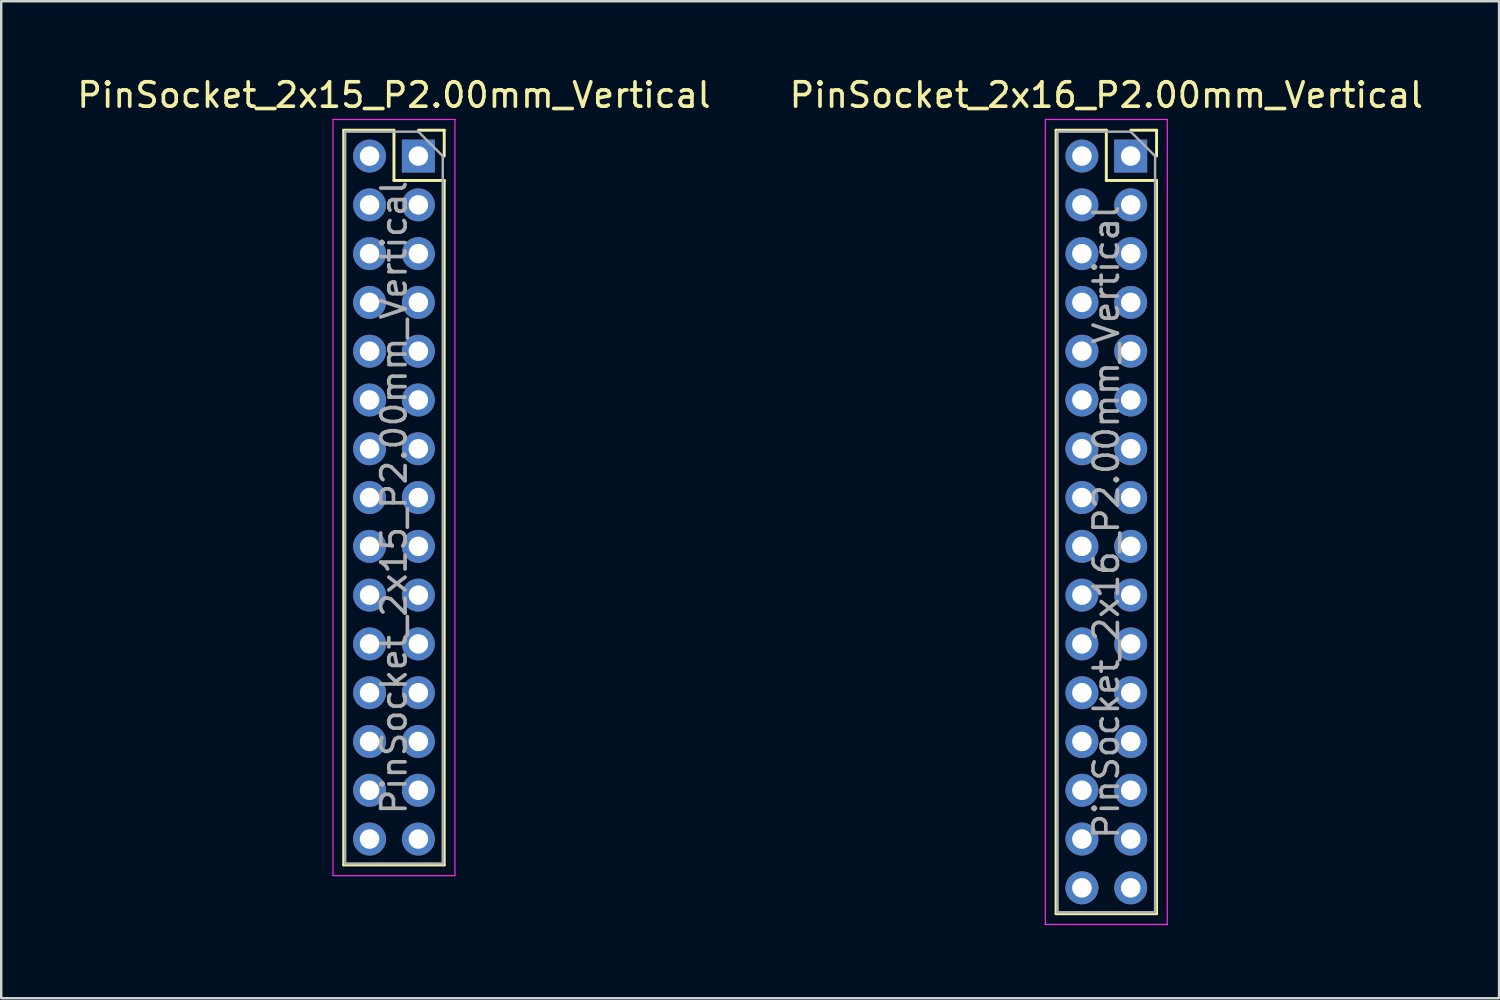
<source format=kicad_pcb>
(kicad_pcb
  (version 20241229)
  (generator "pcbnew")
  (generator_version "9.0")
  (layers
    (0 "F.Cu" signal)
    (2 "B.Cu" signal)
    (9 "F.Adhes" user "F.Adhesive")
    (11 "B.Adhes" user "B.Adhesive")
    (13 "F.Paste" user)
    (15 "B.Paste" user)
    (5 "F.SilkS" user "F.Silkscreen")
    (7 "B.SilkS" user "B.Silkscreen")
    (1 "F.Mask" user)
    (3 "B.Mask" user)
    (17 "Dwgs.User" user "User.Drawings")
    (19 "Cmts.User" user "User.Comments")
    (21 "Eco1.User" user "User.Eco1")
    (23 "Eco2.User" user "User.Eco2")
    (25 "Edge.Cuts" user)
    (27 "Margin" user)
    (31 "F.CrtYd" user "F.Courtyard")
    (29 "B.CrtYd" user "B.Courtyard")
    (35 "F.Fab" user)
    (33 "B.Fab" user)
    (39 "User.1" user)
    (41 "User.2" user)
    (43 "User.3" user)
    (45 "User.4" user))
  (footprint "PinSocket_2x15_P2.00mm_Vertical"
    (layer "F.Cu")
    (at 14.101 3.348)
    (property "Reference" "PinSocket_2x15_P2.00mm_Vertical" (at -1 -2.5 0) (layer "F.SilkS") (effects (font (size 1 1) (thickness 0.15))))
    (attr through_hole)
    (fp_line (start -3.06 -1.06) (end -3.06 29.06) (stroke (width 0.12) (type solid)) (layer "F.SilkS"))
    (fp_line (start -3.06 -1.06) (end -1 -1.06) (stroke (width 0.12) (type solid)) (layer "F.SilkS"))
    (fp_line (start -3.06 29.06) (end 1.06 29.06) (stroke (width 0.12) (type solid)) (layer "F.SilkS"))
    (fp_line (start -1 -1.06) (end -1 1) (stroke (width 0.12) (type solid)) (layer "F.SilkS"))
    (fp_line (start -1 1) (end 1.06 1) (stroke (width 0.12) (type solid)) (layer "F.SilkS"))
    (fp_line (start 0 -1.06) (end 1.06 -1.06) (stroke (width 0.12) (type solid)) (layer "F.SilkS"))
    (fp_line (start 1.06 -1.06) (end 1.06 0) (stroke (width 0.12) (type solid)) (layer "F.SilkS"))
    (fp_line (start 1.06 1) (end 1.06 29.06) (stroke (width 0.12) (type solid)) (layer "F.SilkS"))
    (fp_line (start -3.5 -1.5) (end 1.5 -1.5) (stroke (width 0.05) (type solid)) (layer "F.CrtYd"))
    (fp_line (start -3.5 29.5) (end -3.5 -1.5) (stroke (width 0.05) (type solid)) (layer "F.CrtYd"))
    (fp_line (start 1.5 -1.5) (end 1.5 29.5) (stroke (width 0.05) (type solid)) (layer "F.CrtYd"))
    (fp_line (start 1.5 29.5) (end -3.5 29.5) (stroke (width 0.05) (type solid)) (layer "F.CrtYd"))
    (fp_line (start -3 -1) (end 0 -1) (stroke (width 0.1) (type solid)) (layer "F.Fab"))
    (fp_line (start -3 29) (end -3 -1) (stroke (width 0.1) (type solid)) (layer "F.Fab"))
    (fp_line (start 0 -1) (end 1 0) (stroke (width 0.1) (type solid)) (layer "F.Fab"))
    (fp_line (start 1 0) (end 1 29) (stroke (width 0.1) (type solid)) (layer "F.Fab"))
    (fp_line (start 1 29) (end -3 29) (stroke (width 0.1) (type solid)) (layer "F.Fab"))
    (fp_text user "${REFERENCE}" (at -1 14 90) (layer "F.Fab") (effects (font (size 1 1) (thickness 0.15))))
    (pad "1" thru_hole rect (at 0 0) (size 1.35 1.35) (drill 0.8) (layers "*.Cu" "*.Mask"))
    (pad "2" thru_hole oval (at -2 0) (size 1.35 1.35) (drill 0.8) (layers "*.Cu" "*.Mask"))
    (pad "3" thru_hole oval (at 0 2) (size 1.35 1.35) (drill 0.8) (layers "*.Cu" "*.Mask"))
    (pad "4" thru_hole oval (at -2 2) (size 1.35 1.35) (drill 0.8) (layers "*.Cu" "*.Mask"))
    (pad "5" thru_hole oval (at 0 4) (size 1.35 1.35) (drill 0.8) (layers "*.Cu" "*.Mask"))
    (pad "6" thru_hole oval (at -2 4) (size 1.35 1.35) (drill 0.8) (layers "*.Cu" "*.Mask"))
    (pad "7" thru_hole oval (at 0 6) (size 1.35 1.35) (drill 0.8) (layers "*.Cu" "*.Mask"))
    (pad "8" thru_hole oval (at -2 6) (size 1.35 1.35) (drill 0.8) (layers "*.Cu" "*.Mask"))
    (pad "9" thru_hole oval (at 0 8) (size 1.35 1.35) (drill 0.8) (layers "*.Cu" "*.Mask"))
    (pad "10" thru_hole oval (at -2 8) (size 1.35 1.35) (drill 0.8) (layers "*.Cu" "*.Mask"))
    (pad "11" thru_hole oval (at 0 10) (size 1.35 1.35) (drill 0.8) (layers "*.Cu" "*.Mask"))
    (pad "12" thru_hole oval (at -2 10) (size 1.35 1.35) (drill 0.8) (layers "*.Cu" "*.Mask"))
    (pad "13" thru_hole oval (at 0 12) (size 1.35 1.35) (drill 0.8) (layers "*.Cu" "*.Mask"))
    (pad "14" thru_hole oval (at -2 12) (size 1.35 1.35) (drill 0.8) (layers "*.Cu" "*.Mask"))
    (pad "15" thru_hole oval (at 0 14) (size 1.35 1.35) (drill 0.8) (layers "*.Cu" "*.Mask"))
    (pad "16" thru_hole oval (at -2 14) (size 1.35 1.35) (drill 0.8) (layers "*.Cu" "*.Mask"))
    (pad "17" thru_hole oval (at 0 16) (size 1.35 1.35) (drill 0.8) (layers "*.Cu" "*.Mask"))
    (pad "18" thru_hole oval (at -2 16) (size 1.35 1.35) (drill 0.8) (layers "*.Cu" "*.Mask"))
    (pad "19" thru_hole oval (at 0 18) (size 1.35 1.35) (drill 0.8) (layers "*.Cu" "*.Mask"))
    (pad "20" thru_hole oval (at -2 18) (size 1.35 1.35) (drill 0.8) (layers "*.Cu" "*.Mask"))
    (pad "21" thru_hole oval (at 0 20) (size 1.35 1.35) (drill 0.8) (layers "*.Cu" "*.Mask"))
    (pad "22" thru_hole oval (at -2 20) (size 1.35 1.35) (drill 0.8) (layers "*.Cu" "*.Mask"))
    (pad "23" thru_hole oval (at 0 22) (size 1.35 1.35) (drill 0.8) (layers "*.Cu" "*.Mask"))
    (pad "24" thru_hole oval (at -2 22) (size 1.35 1.35) (drill 0.8) (layers "*.Cu" "*.Mask"))
    (pad "25" thru_hole oval (at 0 24) (size 1.35 1.35) (drill 0.8) (layers "*.Cu" "*.Mask"))
    (pad "26" thru_hole oval (at -2 24) (size 1.35 1.35) (drill 0.8) (layers "*.Cu" "*.Mask"))
    (pad "27" thru_hole oval (at 0 26) (size 1.35 1.35) (drill 0.8) (layers "*.Cu" "*.Mask"))
    (pad "28" thru_hole oval (at -2 26) (size 1.35 1.35) (drill 0.8) (layers "*.Cu" "*.Mask"))
    (pad "29" thru_hole oval (at 0 28) (size 1.35 1.35) (drill 0.8) (layers "*.Cu" "*.Mask"))
    (pad "30" thru_hole oval (at -2 28) (size 1.35 1.35) (drill 0.8) (layers "*.Cu" "*.Mask")))
  (footprint "PinSocket_2x16_P2.00mm_Vertical"
    (layer "F.Cu")
    (at 43.304 3.348)
    (property "Reference" "PinSocket_2x16_P2.00mm_Vertical" (at -1 -2.5 0) (layer "F.SilkS") (effects (font (size 1 1) (thickness 0.15))))
    (attr through_hole)
    (fp_line (start -3.06 -1.06) (end -3.06 31.06) (stroke (width 0.12) (type solid)) (layer "F.SilkS"))
    (fp_line (start -3.06 -1.06) (end -1 -1.06) (stroke (width 0.12) (type solid)) (layer "F.SilkS"))
    (fp_line (start -3.06 31.06) (end 1.06 31.06) (stroke (width 0.12) (type solid)) (layer "F.SilkS"))
    (fp_line (start -1 -1.06) (end -1 1) (stroke (width 0.12) (type solid)) (layer "F.SilkS"))
    (fp_line (start -1 1) (end 1.06 1) (stroke (width 0.12) (type solid)) (layer "F.SilkS"))
    (fp_line (start 0 -1.06) (end 1.06 -1.06) (stroke (width 0.12) (type solid)) (layer "F.SilkS"))
    (fp_line (start 1.06 -1.06) (end 1.06 0) (stroke (width 0.12) (type solid)) (layer "F.SilkS"))
    (fp_line (start 1.06 1) (end 1.06 31.06) (stroke (width 0.12) (type solid)) (layer "F.SilkS"))
    (fp_line (start -3.5 -1.5) (end 1.5 -1.5) (stroke (width 0.05) (type solid)) (layer "F.CrtYd"))
    (fp_line (start -3.5 31.5) (end -3.5 -1.5) (stroke (width 0.05) (type solid)) (layer "F.CrtYd"))
    (fp_line (start 1.5 -1.5) (end 1.5 31.5) (stroke (width 0.05) (type solid)) (layer "F.CrtYd"))
    (fp_line (start 1.5 31.5) (end -3.5 31.5) (stroke (width 0.05) (type solid)) (layer "F.CrtYd"))
    (fp_line (start -3 -1) (end 0 -1) (stroke (width 0.1) (type solid)) (layer "F.Fab"))
    (fp_line (start -3 31) (end -3 -1) (stroke (width 0.1) (type solid)) (layer "F.Fab"))
    (fp_line (start 0 -1) (end 1 0) (stroke (width 0.1) (type solid)) (layer "F.Fab"))
    (fp_line (start 1 0) (end 1 31) (stroke (width 0.1) (type solid)) (layer "F.Fab"))
    (fp_line (start 1 31) (end -3 31) (stroke (width 0.1) (type solid)) (layer "F.Fab"))
    (fp_text user "${REFERENCE}" (at -1 15 90) (layer "F.Fab") (effects (font (size 1 1) (thickness 0.15))))
    (pad "1" thru_hole rect (at 0 0) (size 1.35 1.35) (drill 0.8) (layers "*.Cu" "*.Mask"))
    (pad "2" thru_hole oval (at -2 0) (size 1.35 1.35) (drill 0.8) (layers "*.Cu" "*.Mask"))
    (pad "3" thru_hole oval (at 0 2) (size 1.35 1.35) (drill 0.8) (layers "*.Cu" "*.Mask"))
    (pad "4" thru_hole oval (at -2 2) (size 1.35 1.35) (drill 0.8) (layers "*.Cu" "*.Mask"))
    (pad "5" thru_hole oval (at 0 4) (size 1.35 1.35) (drill 0.8) (layers "*.Cu" "*.Mask"))
    (pad "6" thru_hole oval (at -2 4) (size 1.35 1.35) (drill 0.8) (layers "*.Cu" "*.Mask"))
    (pad "7" thru_hole oval (at 0 6) (size 1.35 1.35) (drill 0.8) (layers "*.Cu" "*.Mask"))
    (pad "8" thru_hole oval (at -2 6) (size 1.35 1.35) (drill 0.8) (layers "*.Cu" "*.Mask"))
    (pad "9" thru_hole oval (at 0 8) (size 1.35 1.35) (drill 0.8) (layers "*.Cu" "*.Mask"))
    (pad "10" thru_hole oval (at -2 8) (size 1.35 1.35) (drill 0.8) (layers "*.Cu" "*.Mask"))
    (pad "11" thru_hole oval (at 0 10) (size 1.35 1.35) (drill 0.8) (layers "*.Cu" "*.Mask"))
    (pad "12" thru_hole oval (at -2 10) (size 1.35 1.35) (drill 0.8) (layers "*.Cu" "*.Mask"))
    (pad "13" thru_hole oval (at 0 12) (size 1.35 1.35) (drill 0.8) (layers "*.Cu" "*.Mask"))
    (pad "14" thru_hole oval (at -2 12) (size 1.35 1.35) (drill 0.8) (layers "*.Cu" "*.Mask"))
    (pad "15" thru_hole oval (at 0 14) (size 1.35 1.35) (drill 0.8) (layers "*.Cu" "*.Mask"))
    (pad "16" thru_hole oval (at -2 14) (size 1.35 1.35) (drill 0.8) (layers "*.Cu" "*.Mask"))
    (pad "17" thru_hole oval (at 0 16) (size 1.35 1.35) (drill 0.8) (layers "*.Cu" "*.Mask"))
    (pad "18" thru_hole oval (at -2 16) (size 1.35 1.35) (drill 0.8) (layers "*.Cu" "*.Mask"))
    (pad "19" thru_hole oval (at 0 18) (size 1.35 1.35) (drill 0.8) (layers "*.Cu" "*.Mask"))
    (pad "20" thru_hole oval (at -2 18) (size 1.35 1.35) (drill 0.8) (layers "*.Cu" "*.Mask"))
    (pad "21" thru_hole oval (at 0 20) (size 1.35 1.35) (drill 0.8) (layers "*.Cu" "*.Mask"))
    (pad "22" thru_hole oval (at -2 20) (size 1.35 1.35) (drill 0.8) (layers "*.Cu" "*.Mask"))
    (pad "23" thru_hole oval (at 0 22) (size 1.35 1.35) (drill 0.8) (layers "*.Cu" "*.Mask"))
    (pad "24" thru_hole oval (at -2 22) (size 1.35 1.35) (drill 0.8) (layers "*.Cu" "*.Mask"))
    (pad "25" thru_hole oval (at 0 24) (size 1.35 1.35) (drill 0.8) (layers "*.Cu" "*.Mask"))
    (pad "26" thru_hole oval (at -2 24) (size 1.35 1.35) (drill 0.8) (layers "*.Cu" "*.Mask"))
    (pad "27" thru_hole oval (at 0 26) (size 1.35 1.35) (drill 0.8) (layers "*.Cu" "*.Mask"))
    (pad "28" thru_hole oval (at -2 26) (size 1.35 1.35) (drill 0.8) (layers "*.Cu" "*.Mask"))
    (pad "29" thru_hole oval (at 0 28) (size 1.35 1.35) (drill 0.8) (layers "*.Cu" "*.Mask"))
    (pad "30" thru_hole oval (at -2 28) (size 1.35 1.35) (drill 0.8) (layers "*.Cu" "*.Mask"))
    (pad "31" thru_hole oval (at 0 30) (size 1.35 1.35) (drill 0.8) (layers "*.Cu" "*.Mask"))
    (pad "32" thru_hole oval (at -2 30) (size 1.35 1.35) (drill 0.8) (layers "*.Cu" "*.Mask")))
  (gr_rect
    (start -3 -3)
    (end 58.405 37.873)
    (stroke (width 0.1) (type default))
    (fill no)
    (layer "Edge.Cuts")))
</source>
